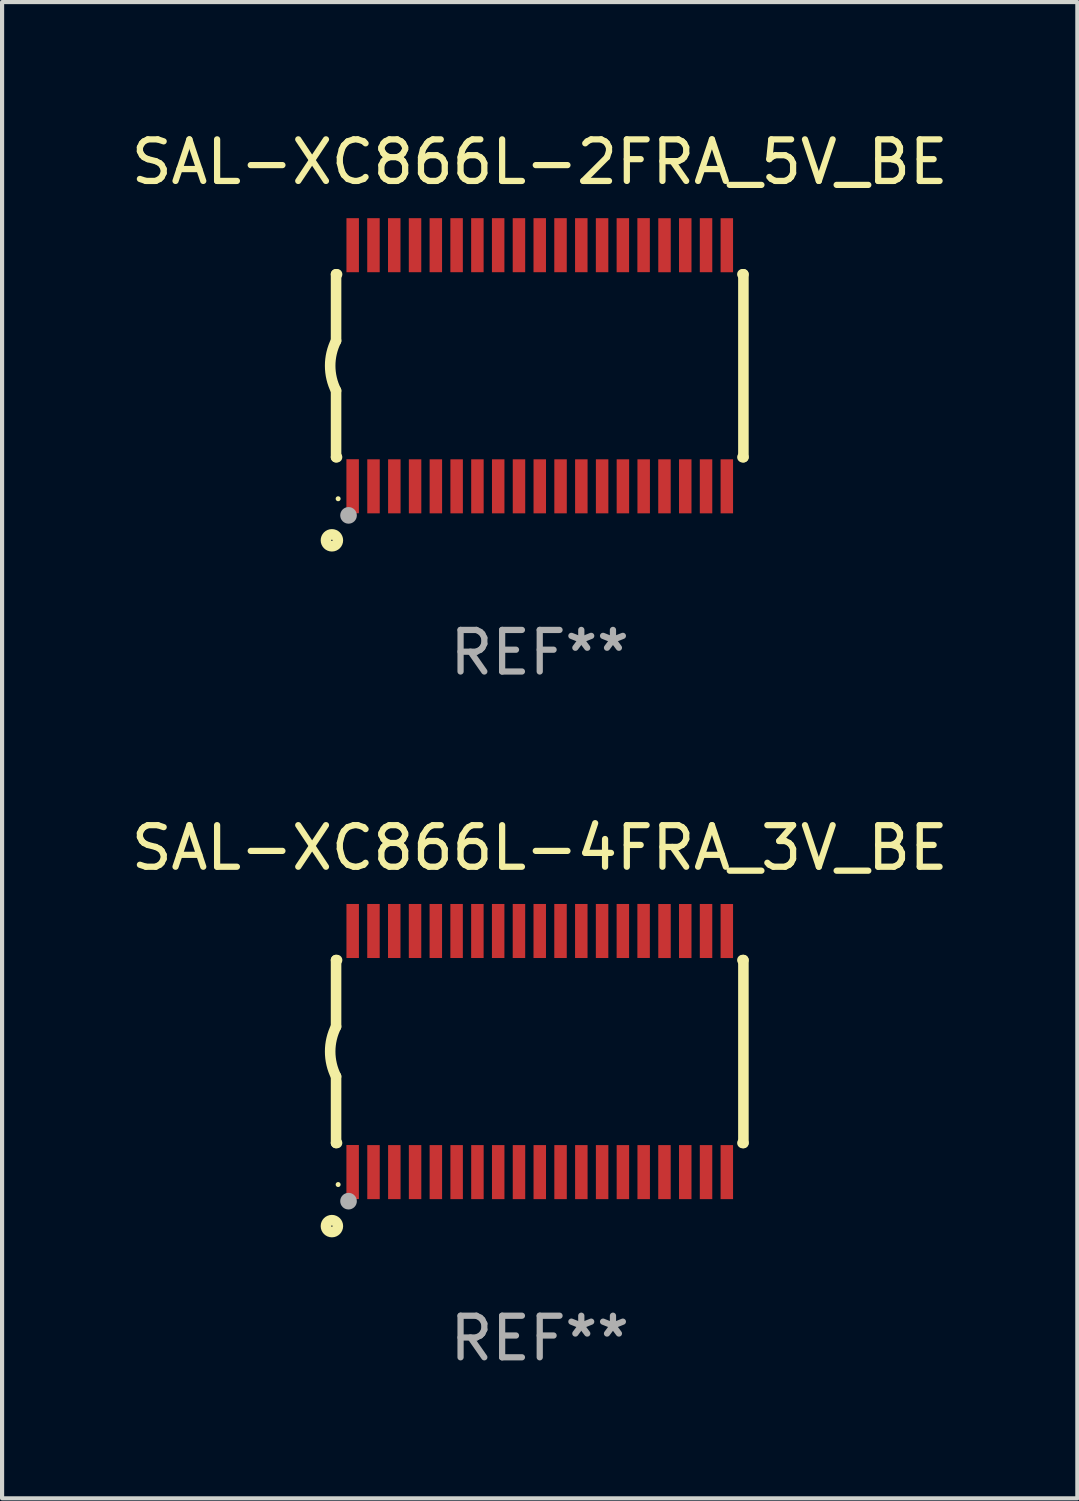
<source format=kicad_pcb>
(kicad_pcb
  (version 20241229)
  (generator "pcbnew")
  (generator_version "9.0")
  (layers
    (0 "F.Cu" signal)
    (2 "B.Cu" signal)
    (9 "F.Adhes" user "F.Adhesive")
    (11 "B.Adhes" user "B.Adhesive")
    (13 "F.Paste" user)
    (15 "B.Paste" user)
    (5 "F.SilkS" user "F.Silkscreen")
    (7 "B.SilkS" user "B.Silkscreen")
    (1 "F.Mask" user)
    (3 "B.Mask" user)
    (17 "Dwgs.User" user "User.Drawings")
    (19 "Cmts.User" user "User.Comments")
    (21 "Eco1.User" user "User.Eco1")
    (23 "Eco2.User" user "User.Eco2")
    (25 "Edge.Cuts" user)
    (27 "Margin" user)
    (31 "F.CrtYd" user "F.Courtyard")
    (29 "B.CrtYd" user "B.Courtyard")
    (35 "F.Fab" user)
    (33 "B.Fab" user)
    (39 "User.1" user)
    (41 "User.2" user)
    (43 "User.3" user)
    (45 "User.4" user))
  (footprint "SAL-XC866L-2FRA_5V_BE"
    (layer "F.Cu")
    (at 9.935 5.749)
    (property "Reference" "SAL-XC866L-2FRA_5V_BE" (at 0 -4.901 0) (layer "F.SilkS") (effects (font (size 1 1) (thickness 0.15))))
    (attr through_hole)
    (fp_line (start -4.9 -2.2) (end -4.9 -0.6) (stroke (width 0.254) (type solid)) (layer "F.SilkS"))
    (fp_line (start -4.9 -2.2) (end -4.876 -2.2) (stroke (width 0.254) (type solid)) (layer "F.SilkS"))
    (fp_line (start -4.9 2.2) (end -4.9 0.6) (stroke (width 0.254) (type solid)) (layer "F.SilkS"))
    (fp_line (start -4.9 2.2) (end -4.877 2.2) (stroke (width 0.254) (type solid)) (layer "F.SilkS"))
    (fp_line (start 4.876 -2.2) (end 4.9 -2.2) (stroke (width 0.254) (type solid)) (layer "F.SilkS"))
    (fp_line (start 4.877 2.2) (end 4.9 2.2) (stroke (width 0.254) (type solid)) (layer "F.SilkS"))
    (fp_line (start 4.9 -2.2) (end 4.9 2.2) (stroke (width 0.254) (type solid)) (layer "F.SilkS"))
    (fp_arc (start -4.900051 0.599822) (mid -5.041652 -0.000095) (end -4.9 -0.6) (stroke (width 0.254001) (type solid)) (layer "F.SilkS"))
    (fp_circle (center -5 4.2) (end -4.857 4.2) (stroke (width 0.254) (type solid)) (fill no) (layer "F.SilkS"))
    (fp_circle (center -4.85 3.2) (end -4.82 3.2) (stroke (width 0.06) (type solid)) (fill no) (layer "F.SilkS"))
    (fp_circle (center -4.6 3.6) (end -4.5 3.6) (stroke (width 0.2) (type solid)) (fill no) (layer "F.Fab"))
    (fp_text user "REF**" (at 0 6.901 0) (layer "F.Fab") (effects (font (size 1 1) (thickness 0.15))))
    (pad "1" smd rect (at -4.501 2.899 90) (size 1.3 0.3) (layers "F.Cu" "F.Mask" "F.Paste"))
    (pad "2" smd rect (at -3.999 2.901 90) (size 1.3 0.3) (layers "F.Cu" "F.Mask" "F.Paste"))
    (pad "3" smd rect (at -3.498 2.901 90) (size 1.3 0.3) (layers "F.Cu" "F.Mask" "F.Paste"))
    (pad "4" smd rect (at -2.999 2.901 90) (size 1.3 0.3) (layers "F.Cu" "F.Mask" "F.Paste"))
    (pad "5" smd rect (at -2.499 2.901 90) (size 1.3 0.3) (layers "F.Cu" "F.Mask" "F.Paste"))
    (pad "6" smd rect (at -1.999 2.901 90) (size 1.3 0.3) (layers "F.Cu" "F.Mask" "F.Paste"))
    (pad "7" smd rect (at -1.499 2.901 90) (size 1.3 0.3) (layers "F.Cu" "F.Mask" "F.Paste"))
    (pad "8" smd rect (at -0.999 2.901 90) (size 1.3 0.3) (layers "F.Cu" "F.Mask" "F.Paste"))
    (pad "9" smd rect (at -0.499 2.901 90) (size 1.3 0.3) (layers "F.Cu" "F.Mask" "F.Paste"))
    (pad "10" smd rect (at 0.001 2.901 90) (size 1.3 0.3) (layers "F.Cu" "F.Mask" "F.Paste"))
    (pad "11" smd rect (at 0.501 2.901 90) (size 1.3 0.3) (layers "F.Cu" "F.Mask" "F.Paste"))
    (pad "12" smd rect (at 1.001 2.901 90) (size 1.3 0.3) (layers "F.Cu" "F.Mask" "F.Paste"))
    (pad "13" smd rect (at 1.501 2.901 90) (size 1.3 0.3) (layers "F.Cu" "F.Mask" "F.Paste"))
    (pad "14" smd rect (at 2.001 2.901 90) (size 1.3 0.3) (layers "F.Cu" "F.Mask" "F.Paste"))
    (pad "15" smd rect (at 2.501 2.901 90) (size 1.3 0.3) (layers "F.Cu" "F.Mask" "F.Paste"))
    (pad "16" smd rect (at 3.001 2.901 90) (size 1.3 0.3) (layers "F.Cu" "F.Mask" "F.Paste"))
    (pad "17" smd rect (at 3.501 2.901 90) (size 1.3 0.3) (layers "F.Cu" "F.Mask" "F.Paste"))
    (pad "18" smd rect (at 4.001 2.901 90) (size 1.3 0.3) (layers "F.Cu" "F.Mask" "F.Paste"))
    (pad "19" smd rect (at 4.501 2.901 90) (size 1.3 0.3) (layers "F.Cu" "F.Mask" "F.Paste"))
    (pad "20" smd rect (at 4.501 -2.899 90) (size 1.3 0.3) (layers "F.Cu" "F.Mask" "F.Paste"))
    (pad "21" smd rect (at 4.001 -2.9 90) (size 1.3 0.3) (layers "F.Cu" "F.Mask" "F.Paste"))
    (pad "22" smd rect (at 3.501 -2.899 90) (size 1.3 0.3) (layers "F.Cu" "F.Mask" "F.Paste"))
    (pad "23" smd rect (at 3.002 -2.899 90) (size 1.3 0.3) (layers "F.Cu" "F.Mask" "F.Paste"))
    (pad "24" smd rect (at 2.499 -2.901 90) (size 1.3 0.3) (layers "F.Cu" "F.Mask" "F.Paste"))
    (pad "25" smd rect (at 2 -2.9 90) (size 1.3 0.3) (layers "F.Cu" "F.Mask" "F.Paste"))
    (pad "26" smd rect (at 1.5 -2.9 90) (size 1.3 0.3) (layers "F.Cu" "F.Mask" "F.Paste"))
    (pad "27" smd rect (at 1 -2.9 90) (size 1.3 0.3) (layers "F.Cu" "F.Mask" "F.Paste"))
    (pad "28" smd rect (at 0.5 -2.9 90) (size 1.3 0.3) (layers "F.Cu" "F.Mask" "F.Paste"))
    (pad "29" smd rect (at 0.000127 -2.9 90) (size 1.3 0.3) (layers "F.Cu" "F.Mask" "F.Paste"))
    (pad "30" smd rect (at -0.5 -2.9 90) (size 1.3 0.3) (layers "F.Cu" "F.Mask" "F.Paste"))
    (pad "31" smd rect (at -1 -2.9 90) (size 1.3 0.3) (layers "F.Cu" "F.Mask" "F.Paste"))
    (pad "32" smd rect (at -1.5 -2.9 90) (size 1.3 0.3) (layers "F.Cu" "F.Mask" "F.Paste"))
    (pad "33" smd rect (at -2 -2.9 90) (size 1.3 0.3) (layers "F.Cu" "F.Mask" "F.Paste"))
    (pad "34" smd rect (at -2.5 -2.9 90) (size 1.3 0.3) (layers "F.Cu" "F.Mask" "F.Paste"))
    (pad "35" smd rect (at -3 -2.9 90) (size 1.3 0.3) (layers "F.Cu" "F.Mask" "F.Paste"))
    (pad "36" smd rect (at -3.5 -2.9 90) (size 1.3 0.3) (layers "F.Cu" "F.Mask" "F.Paste"))
    (pad "37" smd rect (at -4 -2.9 90) (size 1.3 0.3) (layers "F.Cu" "F.Mask" "F.Paste"))
    (pad "38" smd rect (at -4.5 -2.9 90) (size 1.3 0.3) (layers "F.Cu" "F.Mask" "F.Paste")))
  (footprint "SAL-XC866L-4FRA_3V_BE"
    (layer "F.Cu")
    (at 9.935 22.248)
    (property "Reference" "SAL-XC866L-4FRA_3V_BE" (at 0 -4.901 0) (layer "F.SilkS") (effects (font (size 1 1) (thickness 0.15))))
    (attr through_hole)
    (fp_line (start -4.9 -2.2) (end -4.9 -0.6) (stroke (width 0.254) (type solid)) (layer "F.SilkS"))
    (fp_line (start -4.9 -2.2) (end -4.876 -2.2) (stroke (width 0.254) (type solid)) (layer "F.SilkS"))
    (fp_line (start -4.9 2.2) (end -4.9 0.6) (stroke (width 0.254) (type solid)) (layer "F.SilkS"))
    (fp_line (start -4.9 2.2) (end -4.877 2.2) (stroke (width 0.254) (type solid)) (layer "F.SilkS"))
    (fp_line (start 4.876 -2.2) (end 4.9 -2.2) (stroke (width 0.254) (type solid)) (layer "F.SilkS"))
    (fp_line (start 4.877 2.2) (end 4.9 2.2) (stroke (width 0.254) (type solid)) (layer "F.SilkS"))
    (fp_line (start 4.9 -2.2) (end 4.9 2.2) (stroke (width 0.254) (type solid)) (layer "F.SilkS"))
    (fp_arc (start -4.900051 0.599822) (mid -5.041652 -0.000095) (end -4.9 -0.6) (stroke (width 0.254001) (type solid)) (layer "F.SilkS"))
    (fp_circle (center -5 4.2) (end -4.857 4.2) (stroke (width 0.254) (type solid)) (fill no) (layer "F.SilkS"))
    (fp_circle (center -4.85 3.2) (end -4.82 3.2) (stroke (width 0.06) (type solid)) (fill no) (layer "F.SilkS"))
    (fp_circle (center -4.6 3.6) (end -4.5 3.6) (stroke (width 0.2) (type solid)) (fill no) (layer "F.Fab"))
    (fp_text user "REF**" (at 0 6.901 0) (layer "F.Fab") (effects (font (size 1 1) (thickness 0.15))))
    (pad "1" smd rect (at -4.501 2.899 90) (size 1.3 0.3) (layers "F.Cu" "F.Mask" "F.Paste"))
    (pad "2" smd rect (at -3.999 2.901 90) (size 1.3 0.3) (layers "F.Cu" "F.Mask" "F.Paste"))
    (pad "3" smd rect (at -3.498 2.901 90) (size 1.3 0.3) (layers "F.Cu" "F.Mask" "F.Paste"))
    (pad "4" smd rect (at -2.999 2.901 90) (size 1.3 0.3) (layers "F.Cu" "F.Mask" "F.Paste"))
    (pad "5" smd rect (at -2.499 2.901 90) (size 1.3 0.3) (layers "F.Cu" "F.Mask" "F.Paste"))
    (pad "6" smd rect (at -1.999 2.901 90) (size 1.3 0.3) (layers "F.Cu" "F.Mask" "F.Paste"))
    (pad "7" smd rect (at -1.499 2.901 90) (size 1.3 0.3) (layers "F.Cu" "F.Mask" "F.Paste"))
    (pad "8" smd rect (at -0.999 2.901 90) (size 1.3 0.3) (layers "F.Cu" "F.Mask" "F.Paste"))
    (pad "9" smd rect (at -0.499 2.901 90) (size 1.3 0.3) (layers "F.Cu" "F.Mask" "F.Paste"))
    (pad "10" smd rect (at 0.001 2.901 90) (size 1.3 0.3) (layers "F.Cu" "F.Mask" "F.Paste"))
    (pad "11" smd rect (at 0.501 2.901 90) (size 1.3 0.3) (layers "F.Cu" "F.Mask" "F.Paste"))
    (pad "12" smd rect (at 1.001 2.901 90) (size 1.3 0.3) (layers "F.Cu" "F.Mask" "F.Paste"))
    (pad "13" smd rect (at 1.501 2.901 90) (size 1.3 0.3) (layers "F.Cu" "F.Mask" "F.Paste"))
    (pad "14" smd rect (at 2.001 2.901 90) (size 1.3 0.3) (layers "F.Cu" "F.Mask" "F.Paste"))
    (pad "15" smd rect (at 2.501 2.901 90) (size 1.3 0.3) (layers "F.Cu" "F.Mask" "F.Paste"))
    (pad "16" smd rect (at 3.001 2.901 90) (size 1.3 0.3) (layers "F.Cu" "F.Mask" "F.Paste"))
    (pad "17" smd rect (at 3.501 2.901 90) (size 1.3 0.3) (layers "F.Cu" "F.Mask" "F.Paste"))
    (pad "18" smd rect (at 4.001 2.901 90) (size 1.3 0.3) (layers "F.Cu" "F.Mask" "F.Paste"))
    (pad "19" smd rect (at 4.501 2.901 90) (size 1.3 0.3) (layers "F.Cu" "F.Mask" "F.Paste"))
    (pad "20" smd rect (at 4.501 -2.899 90) (size 1.3 0.3) (layers "F.Cu" "F.Mask" "F.Paste"))
    (pad "21" smd rect (at 4.001 -2.9 90) (size 1.3 0.3) (layers "F.Cu" "F.Mask" "F.Paste"))
    (pad "22" smd rect (at 3.501 -2.899 90) (size 1.3 0.3) (layers "F.Cu" "F.Mask" "F.Paste"))
    (pad "23" smd rect (at 3.002 -2.899 90) (size 1.3 0.3) (layers "F.Cu" "F.Mask" "F.Paste"))
    (pad "24" smd rect (at 2.499 -2.901 90) (size 1.3 0.3) (layers "F.Cu" "F.Mask" "F.Paste"))
    (pad "25" smd rect (at 2 -2.9 90) (size 1.3 0.3) (layers "F.Cu" "F.Mask" "F.Paste"))
    (pad "26" smd rect (at 1.5 -2.9 90) (size 1.3 0.3) (layers "F.Cu" "F.Mask" "F.Paste"))
    (pad "27" smd rect (at 1 -2.9 90) (size 1.3 0.3) (layers "F.Cu" "F.Mask" "F.Paste"))
    (pad "28" smd rect (at 0.5 -2.9 90) (size 1.3 0.3) (layers "F.Cu" "F.Mask" "F.Paste"))
    (pad "29" smd rect (at 0.000127 -2.9 90) (size 1.3 0.3) (layers "F.Cu" "F.Mask" "F.Paste"))
    (pad "30" smd rect (at -0.5 -2.9 90) (size 1.3 0.3) (layers "F.Cu" "F.Mask" "F.Paste"))
    (pad "31" smd rect (at -1 -2.9 90) (size 1.3 0.3) (layers "F.Cu" "F.Mask" "F.Paste"))
    (pad "32" smd rect (at -1.5 -2.9 90) (size 1.3 0.3) (layers "F.Cu" "F.Mask" "F.Paste"))
    (pad "33" smd rect (at -2 -2.9 90) (size 1.3 0.3) (layers "F.Cu" "F.Mask" "F.Paste"))
    (pad "34" smd rect (at -2.5 -2.9 90) (size 1.3 0.3) (layers "F.Cu" "F.Mask" "F.Paste"))
    (pad "35" smd rect (at -3 -2.9 90) (size 1.3 0.3) (layers "F.Cu" "F.Mask" "F.Paste"))
    (pad "36" smd rect (at -3.5 -2.9 90) (size 1.3 0.3) (layers "F.Cu" "F.Mask" "F.Paste"))
    (pad "37" smd rect (at -4 -2.9 90) (size 1.3 0.3) (layers "F.Cu" "F.Mask" "F.Paste"))
    (pad "38" smd rect (at -4.5 -2.9 90) (size 1.3 0.3) (layers "F.Cu" "F.Mask" "F.Paste")))
  (gr_rect
    (start -3 -3)
    (end 22.869 32.997)
    (stroke (width 0.1) (type default))
    (fill no)
    (layer "Edge.Cuts")))
</source>
